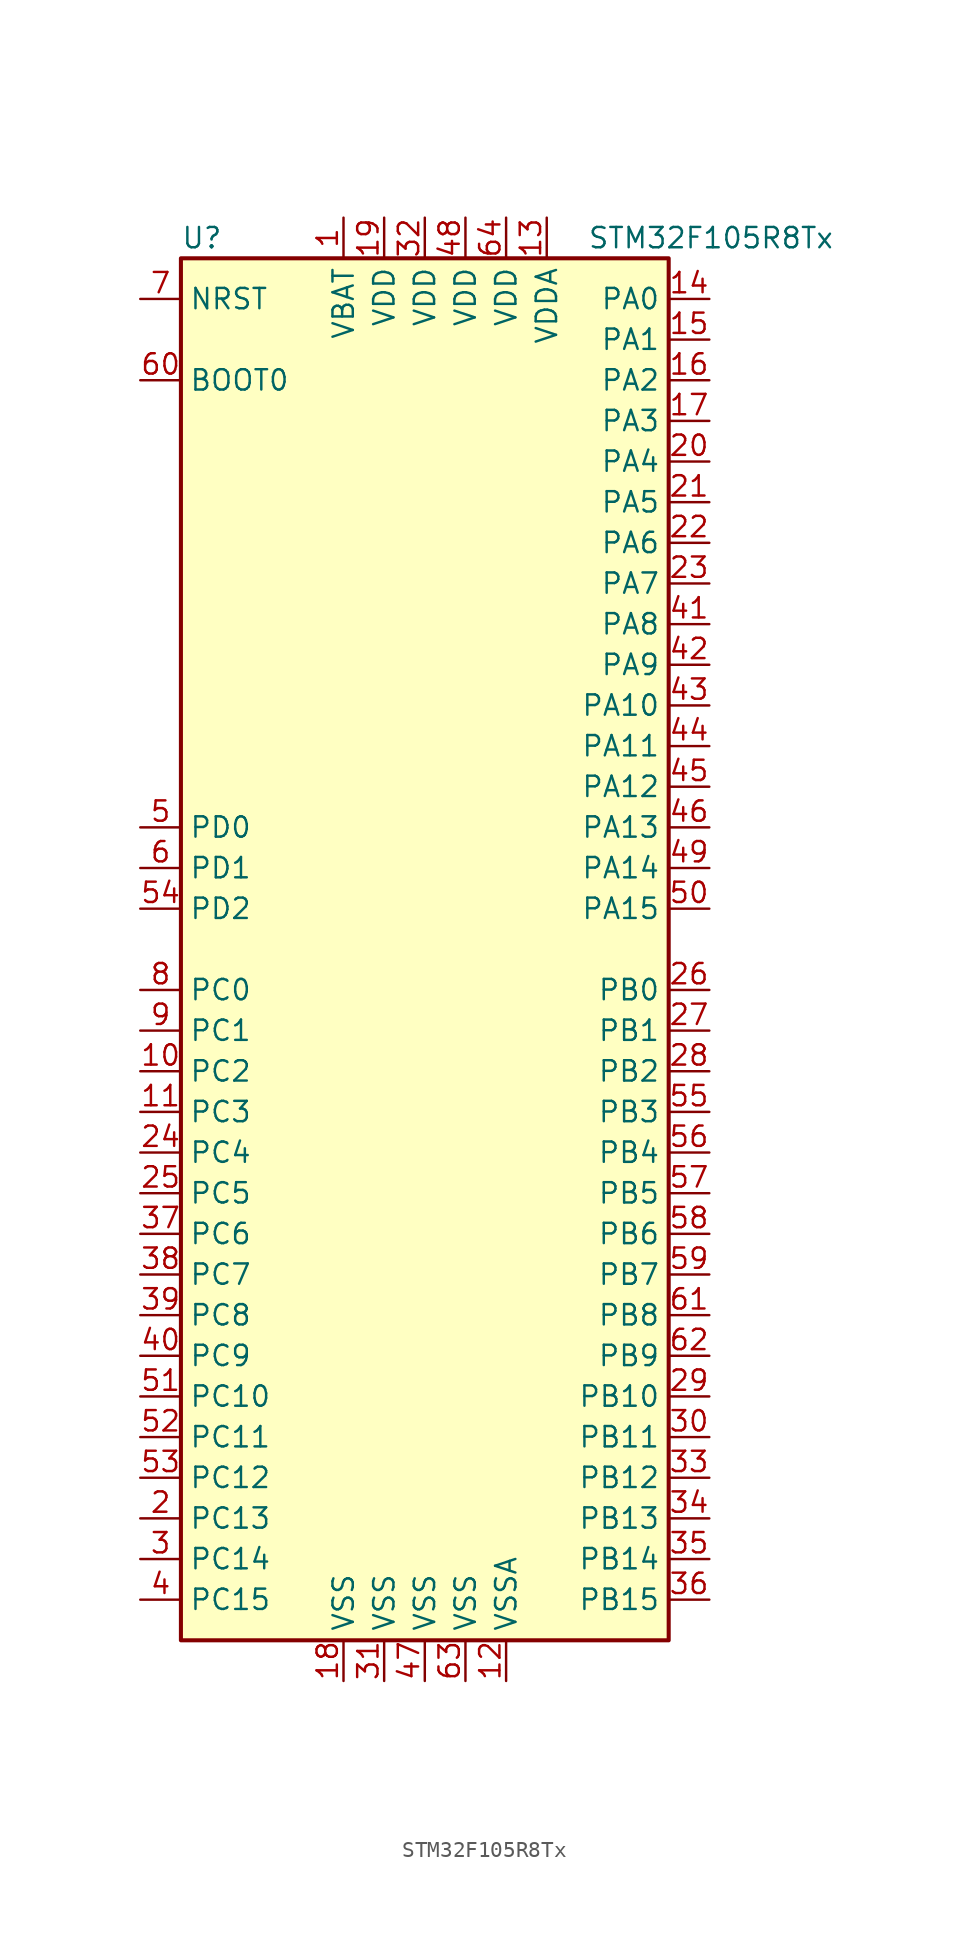
<source format=kicad_sym>
(kicad_symbol_lib
  (version 20211014)
  (generator kicad_symbol_editor)
  (symbol "STM32F105R8Tx"
    (property "Reference" "U"
      (at -15.24 44.45 0)
      (effects (font (size 1.27 1.27)) (justify left)))
    (property "Value" "STM32F105R8Tx"
      (at 10.16 44.45 0)
      (effects (font (size 1.27 1.27)) (justify left)))
    (symbol "STM32F105R8Tx_0_1"
      (rectangle (start -15.24 -43.18) (end 15.24 43.18) (stroke (width 0.254) (type default) (color 0 0 0 0)) (fill (type background))))
    (symbol "STM32F105R8Tx_1_1"
      (pin power_in line (at -5.08 45.72 270) (length 2.54) (name "VBAT" (effects (font (size 1.27 1.27)))) (number "1" (effects (font (size 1.27 1.27)))))
      (pin bidirectional line (at -17.78 -7.62 0) (length 2.54) (name "PC2" (effects (font (size 1.27 1.27)))) (number "10" (effects (font (size 1.27 1.27)))))
      (pin bidirectional line (at -17.78 -10.16 0) (length 2.54) (name "PC3" (effects (font (size 1.27 1.27)))) (number "11" (effects (font (size 1.27 1.27)))))
      (pin power_in line (at 5.08 -45.72 90) (length 2.54) (name "VSSA" (effects (font (size 1.27 1.27)))) (number "12" (effects (font (size 1.27 1.27)))))
      (pin power_in line (at 7.62 45.72 270) (length 2.54) (name "VDDA" (effects (font (size 1.27 1.27)))) (number "13" (effects (font (size 1.27 1.27)))))
      (pin bidirectional line (at 17.78 40.64 180) (length 2.54) (name "PA0" (effects (font (size 1.27 1.27)))) (number "14" (effects (font (size 1.27 1.27)))))
      (pin bidirectional line (at 17.78 38.1 180) (length 2.54) (name "PA1" (effects (font (size 1.27 1.27)))) (number "15" (effects (font (size 1.27 1.27)))))
      (pin bidirectional line (at 17.78 35.56 180) (length 2.54) (name "PA2" (effects (font (size 1.27 1.27)))) (number "16" (effects (font (size 1.27 1.27)))))
      (pin bidirectional line (at 17.78 33.02 180) (length 2.54) (name "PA3" (effects (font (size 1.27 1.27)))) (number "17" (effects (font (size 1.27 1.27)))))
      (pin power_in line (at -5.08 -45.72 90) (length 2.54) (name "VSS" (effects (font (size 1.27 1.27)))) (number "18" (effects (font (size 1.27 1.27)))))
      (pin power_in line (at -2.54 45.72 270) (length 2.54) (name "VDD" (effects (font (size 1.27 1.27)))) (number "19" (effects (font (size 1.27 1.27)))))
      (pin bidirectional line (at -17.78 -35.56 0) (length 2.54) (name "PC13" (effects (font (size 1.27 1.27)))) (number "2" (effects (font (size 1.27 1.27)))))
      (pin bidirectional line (at 17.78 30.48 180) (length 2.54) (name "PA4" (effects (font (size 1.27 1.27)))) (number "20" (effects (font (size 1.27 1.27)))))
      (pin bidirectional line (at 17.78 27.94 180) (length 2.54) (name "PA5" (effects (font (size 1.27 1.27)))) (number "21" (effects (font (size 1.27 1.27)))))
      (pin bidirectional line (at 17.78 25.4 180) (length 2.54) (name "PA6" (effects (font (size 1.27 1.27)))) (number "22" (effects (font (size 1.27 1.27)))))
      (pin bidirectional line (at 17.78 22.86 180) (length 2.54) (name "PA7" (effects (font (size 1.27 1.27)))) (number "23" (effects (font (size 1.27 1.27)))))
      (pin bidirectional line (at -17.78 -12.7 0) (length 2.54) (name "PC4" (effects (font (size 1.27 1.27)))) (number "24" (effects (font (size 1.27 1.27)))))
      (pin bidirectional line (at -17.78 -15.24 0) (length 2.54) (name "PC5" (effects (font (size 1.27 1.27)))) (number "25" (effects (font (size 1.27 1.27)))))
      (pin bidirectional line (at 17.78 -2.54 180) (length 2.54) (name "PB0" (effects (font (size 1.27 1.27)))) (number "26" (effects (font (size 1.27 1.27)))))
      (pin bidirectional line (at 17.78 -5.08 180) (length 2.54) (name "PB1" (effects (font (size 1.27 1.27)))) (number "27" (effects (font (size 1.27 1.27)))))
      (pin bidirectional line (at 17.78 -7.62 180) (length 2.54) (name "PB2" (effects (font (size 1.27 1.27)))) (number "28" (effects (font (size 1.27 1.27)))))
      (pin bidirectional line (at 17.78 -27.94 180) (length 2.54) (name "PB10" (effects (font (size 1.27 1.27)))) (number "29" (effects (font (size 1.27 1.27)))))
      (pin bidirectional line (at -17.78 -38.1 0) (length 2.54) (name "PC14" (effects (font (size 1.27 1.27)))) (number "3" (effects (font (size 1.27 1.27)))))
      (pin bidirectional line (at 17.78 -30.48 180) (length 2.54) (name "PB11" (effects (font (size 1.27 1.27)))) (number "30" (effects (font (size 1.27 1.27)))))
      (pin power_in line (at -2.54 -45.72 90) (length 2.54) (name "VSS" (effects (font (size 1.27 1.27)))) (number "31" (effects (font (size 1.27 1.27)))))
      (pin power_in line (at 0 45.72 270) (length 2.54) (name "VDD" (effects (font (size 1.27 1.27)))) (number "32" (effects (font (size 1.27 1.27)))))
      (pin bidirectional line (at 17.78 -33.02 180) (length 2.54) (name "PB12" (effects (font (size 1.27 1.27)))) (number "33" (effects (font (size 1.27 1.27)))))
      (pin bidirectional line (at 17.78 -35.56 180) (length 2.54) (name "PB13" (effects (font (size 1.27 1.27)))) (number "34" (effects (font (size 1.27 1.27)))))
      (pin bidirectional line (at 17.78 -38.1 180) (length 2.54) (name "PB14" (effects (font (size 1.27 1.27)))) (number "35" (effects (font (size 1.27 1.27)))))
      (pin bidirectional line (at 17.78 -40.64 180) (length 2.54) (name "PB15" (effects (font (size 1.27 1.27)))) (number "36" (effects (font (size 1.27 1.27)))))
      (pin bidirectional line (at -17.78 -17.78 0) (length 2.54) (name "PC6" (effects (font (size 1.27 1.27)))) (number "37" (effects (font (size 1.27 1.27)))))
      (pin bidirectional line (at -17.78 -20.32 0) (length 2.54) (name "PC7" (effects (font (size 1.27 1.27)))) (number "38" (effects (font (size 1.27 1.27)))))
      (pin bidirectional line (at -17.78 -22.86 0) (length 2.54) (name "PC8" (effects (font (size 1.27 1.27)))) (number "39" (effects (font (size 1.27 1.27)))))
      (pin bidirectional line (at -17.78 -40.64 0) (length 2.54) (name "PC15" (effects (font (size 1.27 1.27)))) (number "4" (effects (font (size 1.27 1.27)))))
      (pin bidirectional line (at -17.78 -25.4 0) (length 2.54) (name "PC9" (effects (font (size 1.27 1.27)))) (number "40" (effects (font (size 1.27 1.27)))))
      (pin bidirectional line (at 17.78 20.32 180) (length 2.54) (name "PA8" (effects (font (size 1.27 1.27)))) (number "41" (effects (font (size 1.27 1.27)))))
      (pin bidirectional line (at 17.78 17.78 180) (length 2.54) (name "PA9" (effects (font (size 1.27 1.27)))) (number "42" (effects (font (size 1.27 1.27)))))
      (pin bidirectional line (at 17.78 15.24 180) (length 2.54) (name "PA10" (effects (font (size 1.27 1.27)))) (number "43" (effects (font (size 1.27 1.27)))))
      (pin bidirectional line (at 17.78 12.7 180) (length 2.54) (name "PA11" (effects (font (size 1.27 1.27)))) (number "44" (effects (font (size 1.27 1.27)))))
      (pin bidirectional line (at 17.78 10.16 180) (length 2.54) (name "PA12" (effects (font (size 1.27 1.27)))) (number "45" (effects (font (size 1.27 1.27)))))
      (pin bidirectional line (at 17.78 7.62 180) (length 2.54) (name "PA13" (effects (font (size 1.27 1.27)))) (number "46" (effects (font (size 1.27 1.27)))))
      (pin power_in line (at 0 -45.72 90) (length 2.54) (name "VSS" (effects (font (size 1.27 1.27)))) (number "47" (effects (font (size 1.27 1.27)))))
      (pin power_in line (at 2.54 45.72 270) (length 2.54) (name "VDD" (effects (font (size 1.27 1.27)))) (number "48" (effects (font (size 1.27 1.27)))))
      (pin bidirectional line (at 17.78 5.08 180) (length 2.54) (name "PA14" (effects (font (size 1.27 1.27)))) (number "49" (effects (font (size 1.27 1.27)))))
      (pin input line (at -17.78 7.62 0) (length 2.54) (name "PD0" (effects (font (size 1.27 1.27)))) (number "5" (effects (font (size 1.27 1.27)))))
      (pin bidirectional line (at 17.78 2.54 180) (length 2.54) (name "PA15" (effects (font (size 1.27 1.27)))) (number "50" (effects (font (size 1.27 1.27)))))
      (pin bidirectional line (at -17.78 -27.94 0) (length 2.54) (name "PC10" (effects (font (size 1.27 1.27)))) (number "51" (effects (font (size 1.27 1.27)))))
      (pin bidirectional line (at -17.78 -30.48 0) (length 2.54) (name "PC11" (effects (font (size 1.27 1.27)))) (number "52" (effects (font (size 1.27 1.27)))))
      (pin bidirectional line (at -17.78 -33.02 0) (length 2.54) (name "PC12" (effects (font (size 1.27 1.27)))) (number "53" (effects (font (size 1.27 1.27)))))
      (pin bidirectional line (at -17.78 2.54 0) (length 2.54) (name "PD2" (effects (font (size 1.27 1.27)))) (number "54" (effects (font (size 1.27 1.27)))))
      (pin bidirectional line (at 17.78 -10.16 180) (length 2.54) (name "PB3" (effects (font (size 1.27 1.27)))) (number "55" (effects (font (size 1.27 1.27)))))
      (pin bidirectional line (at 17.78 -12.7 180) (length 2.54) (name "PB4" (effects (font (size 1.27 1.27)))) (number "56" (effects (font (size 1.27 1.27)))))
      (pin bidirectional line (at 17.78 -15.24 180) (length 2.54) (name "PB5" (effects (font (size 1.27 1.27)))) (number "57" (effects (font (size 1.27 1.27)))))
      (pin bidirectional line (at 17.78 -17.78 180) (length 2.54) (name "PB6" (effects (font (size 1.27 1.27)))) (number "58" (effects (font (size 1.27 1.27)))))
      (pin bidirectional line (at 17.78 -20.32 180) (length 2.54) (name "PB7" (effects (font (size 1.27 1.27)))) (number "59" (effects (font (size 1.27 1.27)))))
      (pin input line (at -17.78 5.08 0) (length 2.54) (name "PD1" (effects (font (size 1.27 1.27)))) (number "6" (effects (font (size 1.27 1.27)))))
      (pin input line (at -17.78 35.56 0) (length 2.54) (name "BOOT0" (effects (font (size 1.27 1.27)))) (number "60" (effects (font (size 1.27 1.27)))))
      (pin bidirectional line (at 17.78 -22.86 180) (length 2.54) (name "PB8" (effects (font (size 1.27 1.27)))) (number "61" (effects (font (size 1.27 1.27)))))
      (pin bidirectional line (at 17.78 -25.4 180) (length 2.54) (name "PB9" (effects (font (size 1.27 1.27)))) (number "62" (effects (font (size 1.27 1.27)))))
      (pin power_in line (at 2.54 -45.72 90) (length 2.54) (name "VSS" (effects (font (size 1.27 1.27)))) (number "63" (effects (font (size 1.27 1.27)))))
      (pin power_in line (at 5.08 45.72 270) (length 2.54) (name "VDD" (effects (font (size 1.27 1.27)))) (number "64" (effects (font (size 1.27 1.27)))))
      (pin input line (at -17.78 40.64 0) (length 2.54) (name "NRST" (effects (font (size 1.27 1.27)))) (number "7" (effects (font (size 1.27 1.27)))))
      (pin bidirectional line (at -17.78 -2.54 0) (length 2.54) (name "PC0" (effects (font (size 1.27 1.27)))) (number "8" (effects (font (size 1.27 1.27)))))
      (pin bidirectional line (at -17.78 -5.08 0) (length 2.54) (name "PC1" (effects (font (size 1.27 1.27)))) (number "9" (effects (font (size 1.27 1.27))))))))
</source>
